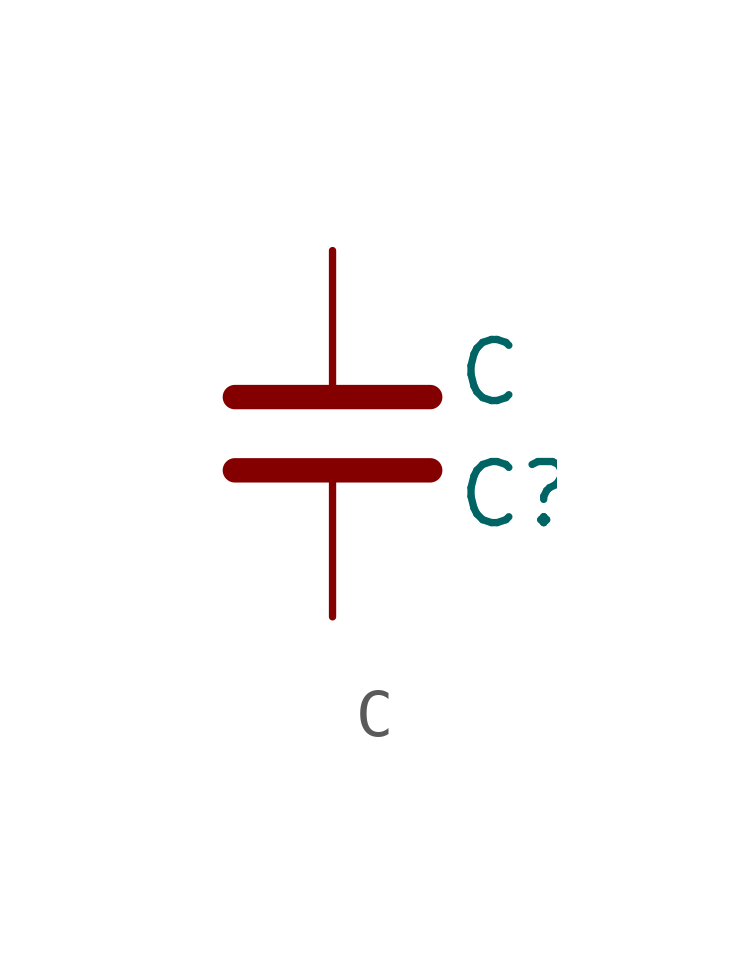
<source format=kicad_sym>
(kicad_symbol_lib
  (version 20220914)
  (generator kicad_symbol_editor)
  (symbol "C"
    (pin_numbers hide)
    (pin_names
      (offset 1.016))
    (property "Reference" "C"
      (at 2.54 -1.27 0)
      (effects (font (size 1.27 1.27)) (justify left)))
    (property "Value" "C"
      (at 2.54 1.27 0)
      (effects (font (size 1.27 1.27)) (justify left)))
    (symbol "C_1_1"
      (polyline (pts (xy -2.032 -0.762) (xy 2.032 -0.762)) (stroke (width 0.508) (type default)) (fill (type none)))
      (polyline (pts (xy -2.032 0.762) (xy 2.032 0.762)) (stroke (width 0.508) (type default)) (fill (type none)))
      (pin passive line (at 0 3.81 270) (length 2.794) (name "~" (effects (font (size 1.016 1.016)))) (number "1" (effects (font (size 1.016 1.016)))))
      (pin passive line (at 0 -3.81 90) (length 2.794) (name "~" (effects (font (size 1.016 1.016)))) (number "2" (effects (font (size 1.016 1.016))))))))
</source>
